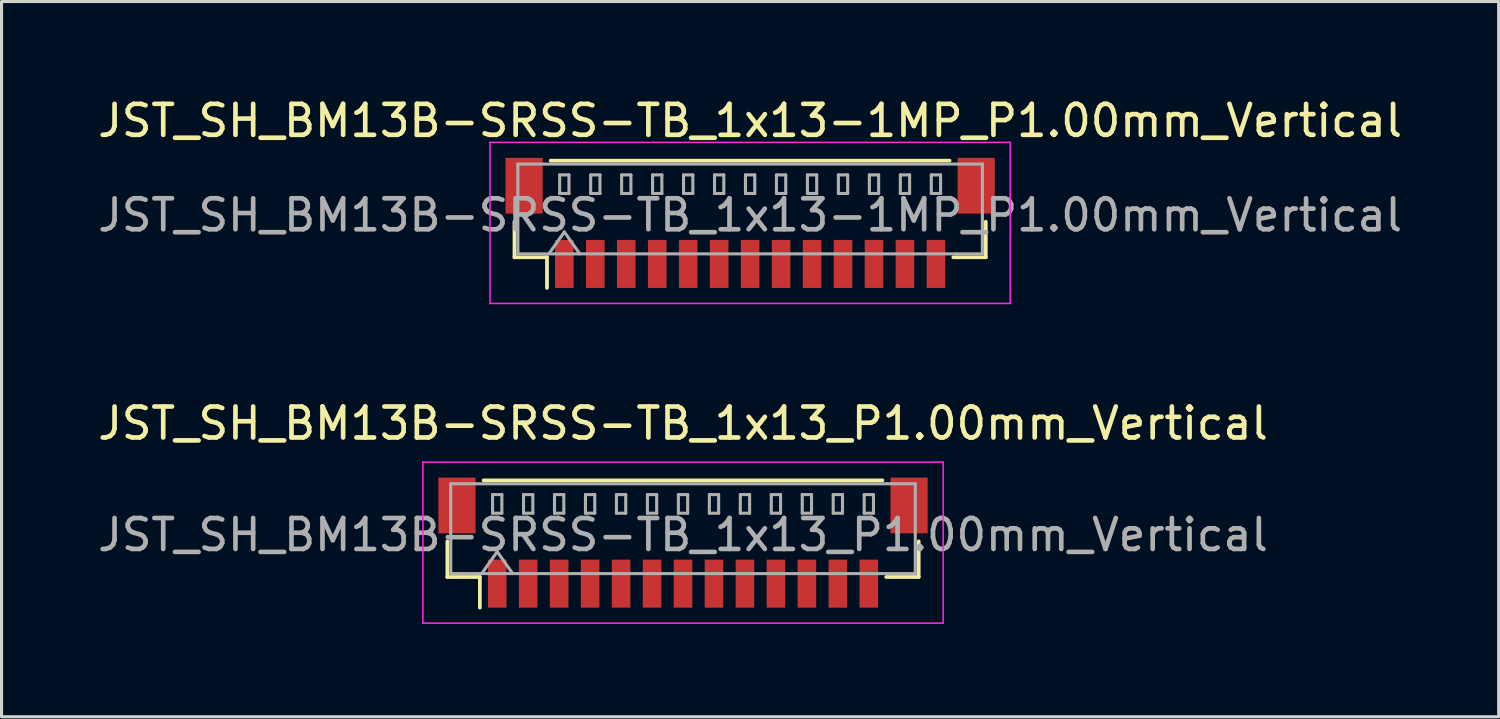
<source format=kicad_pcb>
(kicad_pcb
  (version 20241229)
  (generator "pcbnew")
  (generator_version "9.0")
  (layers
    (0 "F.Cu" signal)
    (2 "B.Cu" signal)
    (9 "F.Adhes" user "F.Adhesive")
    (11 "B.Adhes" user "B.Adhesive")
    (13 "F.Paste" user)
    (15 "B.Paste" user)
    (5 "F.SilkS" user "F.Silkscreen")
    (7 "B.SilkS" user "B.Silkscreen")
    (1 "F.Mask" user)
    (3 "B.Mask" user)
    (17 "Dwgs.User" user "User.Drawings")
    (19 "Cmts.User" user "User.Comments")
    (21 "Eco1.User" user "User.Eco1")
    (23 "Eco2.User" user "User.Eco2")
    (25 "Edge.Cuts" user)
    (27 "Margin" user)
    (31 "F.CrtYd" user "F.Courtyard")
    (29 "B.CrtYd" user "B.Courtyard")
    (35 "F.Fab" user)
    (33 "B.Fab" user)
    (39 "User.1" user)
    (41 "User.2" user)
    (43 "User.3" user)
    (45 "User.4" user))
  (footprint "JST_SH_BM13B-SRSS-TB_1x13_P1.00mm_Vertical"
    (layer "F.Cu")
    (at 19.006 14.472)
    (property "Reference" "JST_SH_BM13B-SRSS-TB_1x13_P1.00mm_Vertical" (at 0 -3.85 0) (layer "F.SilkS") (effects (font (size 1 1) (thickness 0.15))))
    (attr smd)
    (fp_line (start -7.61 -0.04) (end -7.61 1.11) (stroke (width 0.12) (type solid)) (layer "F.SilkS"))
    (fp_line (start -7.61 1.11) (end -6.56 1.11) (stroke (width 0.12) (type solid)) (layer "F.SilkS"))
    (fp_line (start -6.56 1.11) (end -6.56 2.1) (stroke (width 0.12) (type solid)) (layer "F.SilkS"))
    (fp_line (start -6.44 -2.01) (end 6.44 -2.01) (stroke (width 0.12) (type solid)) (layer "F.SilkS"))
    (fp_line (start 7.61 -0.04) (end 7.61 1.11) (stroke (width 0.12) (type solid)) (layer "F.SilkS"))
    (fp_line (start 7.61 1.11) (end 6.56 1.11) (stroke (width 0.12) (type solid)) (layer "F.SilkS"))
    (fp_line (start -8.4 -2.6) (end -8.4 2.6) (stroke (width 0.05) (type solid)) (layer "F.CrtYd"))
    (fp_line (start -8.4 2.6) (end 8.4 2.6) (stroke (width 0.05) (type solid)) (layer "F.CrtYd"))
    (fp_line (start 8.4 -2.6) (end -8.4 -2.6) (stroke (width 0.05) (type solid)) (layer "F.CrtYd"))
    (fp_line (start 8.4 2.6) (end 8.4 -2.6) (stroke (width 0.05) (type solid)) (layer "F.CrtYd"))
    (fp_line (start -7.5 -1.9) (end 7.5 -1.9) (stroke (width 0.1) (type solid)) (layer "F.Fab"))
    (fp_line (start -7.5 1) (end -7.5 -1.9) (stroke (width 0.1) (type solid)) (layer "F.Fab"))
    (fp_line (start -7.5 1) (end 7.5 1) (stroke (width 0.1) (type solid)) (layer "F.Fab"))
    (fp_line (start -6.5 1) (end -6 0.293) (stroke (width 0.1) (type solid)) (layer "F.Fab"))
    (fp_line (start -6.15 -1.55) (end -6.15 -0.95) (stroke (width 0.1) (type solid)) (layer "F.Fab"))
    (fp_line (start -6.15 -0.95) (end -5.85 -0.95) (stroke (width 0.1) (type solid)) (layer "F.Fab"))
    (fp_line (start -6 0.293) (end -5.5 1) (stroke (width 0.1) (type solid)) (layer "F.Fab"))
    (fp_line (start -5.85 -1.55) (end -6.15 -1.55) (stroke (width 0.1) (type solid)) (layer "F.Fab"))
    (fp_line (start -5.85 -0.95) (end -5.85 -1.55) (stroke (width 0.1) (type solid)) (layer "F.Fab"))
    (fp_line (start -5.15 -1.55) (end -5.15 -0.95) (stroke (width 0.1) (type solid)) (layer "F.Fab"))
    (fp_line (start -5.15 -0.95) (end -4.85 -0.95) (stroke (width 0.1) (type solid)) (layer "F.Fab"))
    (fp_line (start -4.85 -1.55) (end -5.15 -1.55) (stroke (width 0.1) (type solid)) (layer "F.Fab"))
    (fp_line (start -4.85 -0.95) (end -4.85 -1.55) (stroke (width 0.1) (type solid)) (layer "F.Fab"))
    (fp_line (start -4.15 -1.55) (end -4.15 -0.95) (stroke (width 0.1) (type solid)) (layer "F.Fab"))
    (fp_line (start -4.15 -0.95) (end -3.85 -0.95) (stroke (width 0.1) (type solid)) (layer "F.Fab"))
    (fp_line (start -3.85 -1.55) (end -4.15 -1.55) (stroke (width 0.1) (type solid)) (layer "F.Fab"))
    (fp_line (start -3.85 -0.95) (end -3.85 -1.55) (stroke (width 0.1) (type solid)) (layer "F.Fab"))
    (fp_line (start -3.15 -1.55) (end -3.15 -0.95) (stroke (width 0.1) (type solid)) (layer "F.Fab"))
    (fp_line (start -3.15 -0.95) (end -2.85 -0.95) (stroke (width 0.1) (type solid)) (layer "F.Fab"))
    (fp_line (start -2.85 -1.55) (end -3.15 -1.55) (stroke (width 0.1) (type solid)) (layer "F.Fab"))
    (fp_line (start -2.85 -0.95) (end -2.85 -1.55) (stroke (width 0.1) (type solid)) (layer "F.Fab"))
    (fp_line (start -2.15 -1.55) (end -2.15 -0.95) (stroke (width 0.1) (type solid)) (layer "F.Fab"))
    (fp_line (start -2.15 -0.95) (end -1.85 -0.95) (stroke (width 0.1) (type solid)) (layer "F.Fab"))
    (fp_line (start -1.85 -1.55) (end -2.15 -1.55) (stroke (width 0.1) (type solid)) (layer "F.Fab"))
    (fp_line (start -1.85 -0.95) (end -1.85 -1.55) (stroke (width 0.1) (type solid)) (layer "F.Fab"))
    (fp_line (start -1.15 -1.55) (end -1.15 -0.95) (stroke (width 0.1) (type solid)) (layer "F.Fab"))
    (fp_line (start -1.15 -0.95) (end -0.85 -0.95) (stroke (width 0.1) (type solid)) (layer "F.Fab"))
    (fp_line (start -0.85 -1.55) (end -1.15 -1.55) (stroke (width 0.1) (type solid)) (layer "F.Fab"))
    (fp_line (start -0.85 -0.95) (end -0.85 -1.55) (stroke (width 0.1) (type solid)) (layer "F.Fab"))
    (fp_line (start -0.15 -1.55) (end -0.15 -0.95) (stroke (width 0.1) (type solid)) (layer "F.Fab"))
    (fp_line (start -0.15 -0.95) (end 0.15 -0.95) (stroke (width 0.1) (type solid)) (layer "F.Fab"))
    (fp_line (start 0.15 -1.55) (end -0.15 -1.55) (stroke (width 0.1) (type solid)) (layer "F.Fab"))
    (fp_line (start 0.15 -0.95) (end 0.15 -1.55) (stroke (width 0.1) (type solid)) (layer "F.Fab"))
    (fp_line (start 0.85 -1.55) (end 0.85 -0.95) (stroke (width 0.1) (type solid)) (layer "F.Fab"))
    (fp_line (start 0.85 -0.95) (end 1.15 -0.95) (stroke (width 0.1) (type solid)) (layer "F.Fab"))
    (fp_line (start 1.15 -1.55) (end 0.85 -1.55) (stroke (width 0.1) (type solid)) (layer "F.Fab"))
    (fp_line (start 1.15 -0.95) (end 1.15 -1.55) (stroke (width 0.1) (type solid)) (layer "F.Fab"))
    (fp_line (start 1.85 -1.55) (end 1.85 -0.95) (stroke (width 0.1) (type solid)) (layer "F.Fab"))
    (fp_line (start 1.85 -0.95) (end 2.15 -0.95) (stroke (width 0.1) (type solid)) (layer "F.Fab"))
    (fp_line (start 2.15 -1.55) (end 1.85 -1.55) (stroke (width 0.1) (type solid)) (layer "F.Fab"))
    (fp_line (start 2.15 -0.95) (end 2.15 -1.55) (stroke (width 0.1) (type solid)) (layer "F.Fab"))
    (fp_line (start 2.85 -1.55) (end 2.85 -0.95) (stroke (width 0.1) (type solid)) (layer "F.Fab"))
    (fp_line (start 2.85 -0.95) (end 3.15 -0.95) (stroke (width 0.1) (type solid)) (layer "F.Fab"))
    (fp_line (start 3.15 -1.55) (end 2.85 -1.55) (stroke (width 0.1) (type solid)) (layer "F.Fab"))
    (fp_line (start 3.15 -0.95) (end 3.15 -1.55) (stroke (width 0.1) (type solid)) (layer "F.Fab"))
    (fp_line (start 3.85 -1.55) (end 3.85 -0.95) (stroke (width 0.1) (type solid)) (layer "F.Fab"))
    (fp_line (start 3.85 -0.95) (end 4.15 -0.95) (stroke (width 0.1) (type solid)) (layer "F.Fab"))
    (fp_line (start 4.15 -1.55) (end 3.85 -1.55) (stroke (width 0.1) (type solid)) (layer "F.Fab"))
    (fp_line (start 4.15 -0.95) (end 4.15 -1.55) (stroke (width 0.1) (type solid)) (layer "F.Fab"))
    (fp_line (start 4.85 -1.55) (end 4.85 -0.95) (stroke (width 0.1) (type solid)) (layer "F.Fab"))
    (fp_line (start 4.85 -0.95) (end 5.15 -0.95) (stroke (width 0.1) (type solid)) (layer "F.Fab"))
    (fp_line (start 5.15 -1.55) (end 4.85 -1.55) (stroke (width 0.1) (type solid)) (layer "F.Fab"))
    (fp_line (start 5.15 -0.95) (end 5.15 -1.55) (stroke (width 0.1) (type solid)) (layer "F.Fab"))
    (fp_line (start 5.85 -1.55) (end 5.85 -0.95) (stroke (width 0.1) (type solid)) (layer "F.Fab"))
    (fp_line (start 5.85 -0.95) (end 6.15 -0.95) (stroke (width 0.1) (type solid)) (layer "F.Fab"))
    (fp_line (start 6.15 -1.55) (end 5.85 -1.55) (stroke (width 0.1) (type solid)) (layer "F.Fab"))
    (fp_line (start 6.15 -0.95) (end 6.15 -1.55) (stroke (width 0.1) (type solid)) (layer "F.Fab"))
    (fp_line (start 7.5 1) (end 7.5 -1.9) (stroke (width 0.1) (type solid)) (layer "F.Fab"))
    (fp_text user "${REFERENCE}" (at 0 -0.25 0) (layer "F.Fab") (effects (font (size 1 1) (thickness 0.15))))
    (pad "" smd rect (at -7.3 -1.2) (size 1.2 1.8) (layers "F.Cu" "F.Mask" "F.Paste"))
    (pad "" smd rect (at 7.3 -1.2) (size 1.2 1.8) (layers "F.Cu" "F.Mask" "F.Paste"))
    (pad "1" smd rect (at -6 1.325) (size 0.6 1.55) (layers "F.Cu" "F.Mask" "F.Paste"))
    (pad "2" smd rect (at -5 1.325) (size 0.6 1.55) (layers "F.Cu" "F.Mask" "F.Paste"))
    (pad "3" smd rect (at -4 1.325) (size 0.6 1.55) (layers "F.Cu" "F.Mask" "F.Paste"))
    (pad "4" smd rect (at -3 1.325) (size 0.6 1.55) (layers "F.Cu" "F.Mask" "F.Paste"))
    (pad "5" smd rect (at -2 1.325) (size 0.6 1.55) (layers "F.Cu" "F.Mask" "F.Paste"))
    (pad "6" smd rect (at -1 1.325) (size 0.6 1.55) (layers "F.Cu" "F.Mask" "F.Paste"))
    (pad "7" smd rect (at 0 1.325) (size 0.6 1.55) (layers "F.Cu" "F.Mask" "F.Paste"))
    (pad "8" smd rect (at 1 1.325) (size 0.6 1.55) (layers "F.Cu" "F.Mask" "F.Paste"))
    (pad "9" smd rect (at 2 1.325) (size 0.6 1.55) (layers "F.Cu" "F.Mask" "F.Paste"))
    (pad "10" smd rect (at 3 1.325) (size 0.6 1.55) (layers "F.Cu" "F.Mask" "F.Paste"))
    (pad "11" smd rect (at 4 1.325) (size 0.6 1.55) (layers "F.Cu" "F.Mask" "F.Paste"))
    (pad "12" smd rect (at 5 1.325) (size 0.6 1.55) (layers "F.Cu" "F.Mask" "F.Paste"))
    (pad "13" smd rect (at 6 1.325) (size 0.6 1.55) (layers "F.Cu" "F.Mask" "F.Paste")))
  (footprint "JST_SH_BM13B-SRSS-TB_1x13-1MP_P1.00mm_Vertical"
    (layer "F.Cu")
    (at 21.173 4.148)
    (property "Reference" "JST_SH_BM13B-SRSS-TB_1x13-1MP_P1.00mm_Vertical" (at 0 -3.3 0) (layer "F.SilkS") (effects (font (size 1 1) (thickness 0.15))))
    (attr smd)
    (fp_line (start -7.61 -0.04) (end -7.61 1.11) (stroke (width 0.12) (type solid)) (layer "F.SilkS"))
    (fp_line (start -7.61 1.11) (end -6.56 1.11) (stroke (width 0.12) (type solid)) (layer "F.SilkS"))
    (fp_line (start -6.56 1.11) (end -6.56 2.1) (stroke (width 0.12) (type solid)) (layer "F.SilkS"))
    (fp_line (start -6.44 -2.01) (end 6.44 -2.01) (stroke (width 0.12) (type solid)) (layer "F.SilkS"))
    (fp_line (start 7.61 -0.04) (end 7.61 1.11) (stroke (width 0.12) (type solid)) (layer "F.SilkS"))
    (fp_line (start 7.61 1.11) (end 6.56 1.11) (stroke (width 0.12) (type solid)) (layer "F.SilkS"))
    (fp_line (start -8.4 -2.6) (end -8.4 2.6) (stroke (width 0.05) (type solid)) (layer "F.CrtYd"))
    (fp_line (start -8.4 2.6) (end 8.4 2.6) (stroke (width 0.05) (type solid)) (layer "F.CrtYd"))
    (fp_line (start 8.4 -2.6) (end -8.4 -2.6) (stroke (width 0.05) (type solid)) (layer "F.CrtYd"))
    (fp_line (start 8.4 2.6) (end 8.4 -2.6) (stroke (width 0.05) (type solid)) (layer "F.CrtYd"))
    (fp_line (start -7.5 -1.9) (end 7.5 -1.9) (stroke (width 0.1) (type solid)) (layer "F.Fab"))
    (fp_line (start -7.5 1) (end -7.5 -1.9) (stroke (width 0.1) (type solid)) (layer "F.Fab"))
    (fp_line (start -7.5 1) (end 7.5 1) (stroke (width 0.1) (type solid)) (layer "F.Fab"))
    (fp_line (start -6.5 1) (end -6 0.293) (stroke (width 0.1) (type solid)) (layer "F.Fab"))
    (fp_line (start -6.15 -1.55) (end -6.15 -0.95) (stroke (width 0.1) (type solid)) (layer "F.Fab"))
    (fp_line (start -6.15 -0.95) (end -5.85 -0.95) (stroke (width 0.1) (type solid)) (layer "F.Fab"))
    (fp_line (start -6 0.293) (end -5.5 1) (stroke (width 0.1) (type solid)) (layer "F.Fab"))
    (fp_line (start -5.85 -1.55) (end -6.15 -1.55) (stroke (width 0.1) (type solid)) (layer "F.Fab"))
    (fp_line (start -5.85 -0.95) (end -5.85 -1.55) (stroke (width 0.1) (type solid)) (layer "F.Fab"))
    (fp_line (start -5.15 -1.55) (end -5.15 -0.95) (stroke (width 0.1) (type solid)) (layer "F.Fab"))
    (fp_line (start -5.15 -0.95) (end -4.85 -0.95) (stroke (width 0.1) (type solid)) (layer "F.Fab"))
    (fp_line (start -4.85 -1.55) (end -5.15 -1.55) (stroke (width 0.1) (type solid)) (layer "F.Fab"))
    (fp_line (start -4.85 -0.95) (end -4.85 -1.55) (stroke (width 0.1) (type solid)) (layer "F.Fab"))
    (fp_line (start -4.15 -1.55) (end -4.15 -0.95) (stroke (width 0.1) (type solid)) (layer "F.Fab"))
    (fp_line (start -4.15 -0.95) (end -3.85 -0.95) (stroke (width 0.1) (type solid)) (layer "F.Fab"))
    (fp_line (start -3.85 -1.55) (end -4.15 -1.55) (stroke (width 0.1) (type solid)) (layer "F.Fab"))
    (fp_line (start -3.85 -0.95) (end -3.85 -1.55) (stroke (width 0.1) (type solid)) (layer "F.Fab"))
    (fp_line (start -3.15 -1.55) (end -3.15 -0.95) (stroke (width 0.1) (type solid)) (layer "F.Fab"))
    (fp_line (start -3.15 -0.95) (end -2.85 -0.95) (stroke (width 0.1) (type solid)) (layer "F.Fab"))
    (fp_line (start -2.85 -1.55) (end -3.15 -1.55) (stroke (width 0.1) (type solid)) (layer "F.Fab"))
    (fp_line (start -2.85 -0.95) (end -2.85 -1.55) (stroke (width 0.1) (type solid)) (layer "F.Fab"))
    (fp_line (start -2.15 -1.55) (end -2.15 -0.95) (stroke (width 0.1) (type solid)) (layer "F.Fab"))
    (fp_line (start -2.15 -0.95) (end -1.85 -0.95) (stroke (width 0.1) (type solid)) (layer "F.Fab"))
    (fp_line (start -1.85 -1.55) (end -2.15 -1.55) (stroke (width 0.1) (type solid)) (layer "F.Fab"))
    (fp_line (start -1.85 -0.95) (end -1.85 -1.55) (stroke (width 0.1) (type solid)) (layer "F.Fab"))
    (fp_line (start -1.15 -1.55) (end -1.15 -0.95) (stroke (width 0.1) (type solid)) (layer "F.Fab"))
    (fp_line (start -1.15 -0.95) (end -0.85 -0.95) (stroke (width 0.1) (type solid)) (layer "F.Fab"))
    (fp_line (start -0.85 -1.55) (end -1.15 -1.55) (stroke (width 0.1) (type solid)) (layer "F.Fab"))
    (fp_line (start -0.85 -0.95) (end -0.85 -1.55) (stroke (width 0.1) (type solid)) (layer "F.Fab"))
    (fp_line (start -0.15 -1.55) (end -0.15 -0.95) (stroke (width 0.1) (type solid)) (layer "F.Fab"))
    (fp_line (start -0.15 -0.95) (end 0.15 -0.95) (stroke (width 0.1) (type solid)) (layer "F.Fab"))
    (fp_line (start 0.15 -1.55) (end -0.15 -1.55) (stroke (width 0.1) (type solid)) (layer "F.Fab"))
    (fp_line (start 0.15 -0.95) (end 0.15 -1.55) (stroke (width 0.1) (type solid)) (layer "F.Fab"))
    (fp_line (start 0.85 -1.55) (end 0.85 -0.95) (stroke (width 0.1) (type solid)) (layer "F.Fab"))
    (fp_line (start 0.85 -0.95) (end 1.15 -0.95) (stroke (width 0.1) (type solid)) (layer "F.Fab"))
    (fp_line (start 1.15 -1.55) (end 0.85 -1.55) (stroke (width 0.1) (type solid)) (layer "F.Fab"))
    (fp_line (start 1.15 -0.95) (end 1.15 -1.55) (stroke (width 0.1) (type solid)) (layer "F.Fab"))
    (fp_line (start 1.85 -1.55) (end 1.85 -0.95) (stroke (width 0.1) (type solid)) (layer "F.Fab"))
    (fp_line (start 1.85 -0.95) (end 2.15 -0.95) (stroke (width 0.1) (type solid)) (layer "F.Fab"))
    (fp_line (start 2.15 -1.55) (end 1.85 -1.55) (stroke (width 0.1) (type solid)) (layer "F.Fab"))
    (fp_line (start 2.15 -0.95) (end 2.15 -1.55) (stroke (width 0.1) (type solid)) (layer "F.Fab"))
    (fp_line (start 2.85 -1.55) (end 2.85 -0.95) (stroke (width 0.1) (type solid)) (layer "F.Fab"))
    (fp_line (start 2.85 -0.95) (end 3.15 -0.95) (stroke (width 0.1) (type solid)) (layer "F.Fab"))
    (fp_line (start 3.15 -1.55) (end 2.85 -1.55) (stroke (width 0.1) (type solid)) (layer "F.Fab"))
    (fp_line (start 3.15 -0.95) (end 3.15 -1.55) (stroke (width 0.1) (type solid)) (layer "F.Fab"))
    (fp_line (start 3.85 -1.55) (end 3.85 -0.95) (stroke (width 0.1) (type solid)) (layer "F.Fab"))
    (fp_line (start 3.85 -0.95) (end 4.15 -0.95) (stroke (width 0.1) (type solid)) (layer "F.Fab"))
    (fp_line (start 4.15 -1.55) (end 3.85 -1.55) (stroke (width 0.1) (type solid)) (layer "F.Fab"))
    (fp_line (start 4.15 -0.95) (end 4.15 -1.55) (stroke (width 0.1) (type solid)) (layer "F.Fab"))
    (fp_line (start 4.85 -1.55) (end 4.85 -0.95) (stroke (width 0.1) (type solid)) (layer "F.Fab"))
    (fp_line (start 4.85 -0.95) (end 5.15 -0.95) (stroke (width 0.1) (type solid)) (layer "F.Fab"))
    (fp_line (start 5.15 -1.55) (end 4.85 -1.55) (stroke (width 0.1) (type solid)) (layer "F.Fab"))
    (fp_line (start 5.15 -0.95) (end 5.15 -1.55) (stroke (width 0.1) (type solid)) (layer "F.Fab"))
    (fp_line (start 5.85 -1.55) (end 5.85 -0.95) (stroke (width 0.1) (type solid)) (layer "F.Fab"))
    (fp_line (start 5.85 -0.95) (end 6.15 -0.95) (stroke (width 0.1) (type solid)) (layer "F.Fab"))
    (fp_line (start 6.15 -1.55) (end 5.85 -1.55) (stroke (width 0.1) (type solid)) (layer "F.Fab"))
    (fp_line (start 6.15 -0.95) (end 6.15 -1.55) (stroke (width 0.1) (type solid)) (layer "F.Fab"))
    (fp_line (start 7.5 1) (end 7.5 -1.9) (stroke (width 0.1) (type solid)) (layer "F.Fab"))
    (fp_text user "${REFERENCE}" (at 0 -0.25 0) (layer "F.Fab") (effects (font (size 1 1) (thickness 0.15))))
    (pad "1" smd rect (at -6 1.325) (size 0.6 1.55) (layers "F.Cu" "F.Mask" "F.Paste"))
    (pad "2" smd rect (at -5 1.325) (size 0.6 1.55) (layers "F.Cu" "F.Mask" "F.Paste"))
    (pad "3" smd rect (at -4 1.325) (size 0.6 1.55) (layers "F.Cu" "F.Mask" "F.Paste"))
    (pad "4" smd rect (at -3 1.325) (size 0.6 1.55) (layers "F.Cu" "F.Mask" "F.Paste"))
    (pad "5" smd rect (at -2 1.325) (size 0.6 1.55) (layers "F.Cu" "F.Mask" "F.Paste"))
    (pad "6" smd rect (at -1 1.325) (size 0.6 1.55) (layers "F.Cu" "F.Mask" "F.Paste"))
    (pad "7" smd rect (at 0 1.325) (size 0.6 1.55) (layers "F.Cu" "F.Mask" "F.Paste"))
    (pad "8" smd rect (at 1 1.325) (size 0.6 1.55) (layers "F.Cu" "F.Mask" "F.Paste"))
    (pad "9" smd rect (at 2 1.325) (size 0.6 1.55) (layers "F.Cu" "F.Mask" "F.Paste"))
    (pad "10" smd rect (at 3 1.325) (size 0.6 1.55) (layers "F.Cu" "F.Mask" "F.Paste"))
    (pad "11" smd rect (at 4 1.325) (size 0.6 1.55) (layers "F.Cu" "F.Mask" "F.Paste"))
    (pad "12" smd rect (at 5 1.325) (size 0.6 1.55) (layers "F.Cu" "F.Mask" "F.Paste"))
    (pad "13" smd rect (at 6 1.325) (size 0.6 1.55) (layers "F.Cu" "F.Mask" "F.Paste"))
    (pad "MP" smd rect (at -7.3 -1.2) (size 1.2 1.8) (layers "F.Cu" "F.Mask" "F.Paste"))
    (pad "MP" smd rect (at 7.3 -1.2) (size 1.2 1.8) (layers "F.Cu" "F.Mask" "F.Paste")))
  (gr_rect
    (start -3 -3)
    (end 45.345 20.096)
    (stroke (width 0.1) (type default))
    (fill no)
    (layer "Edge.Cuts")))
</source>
